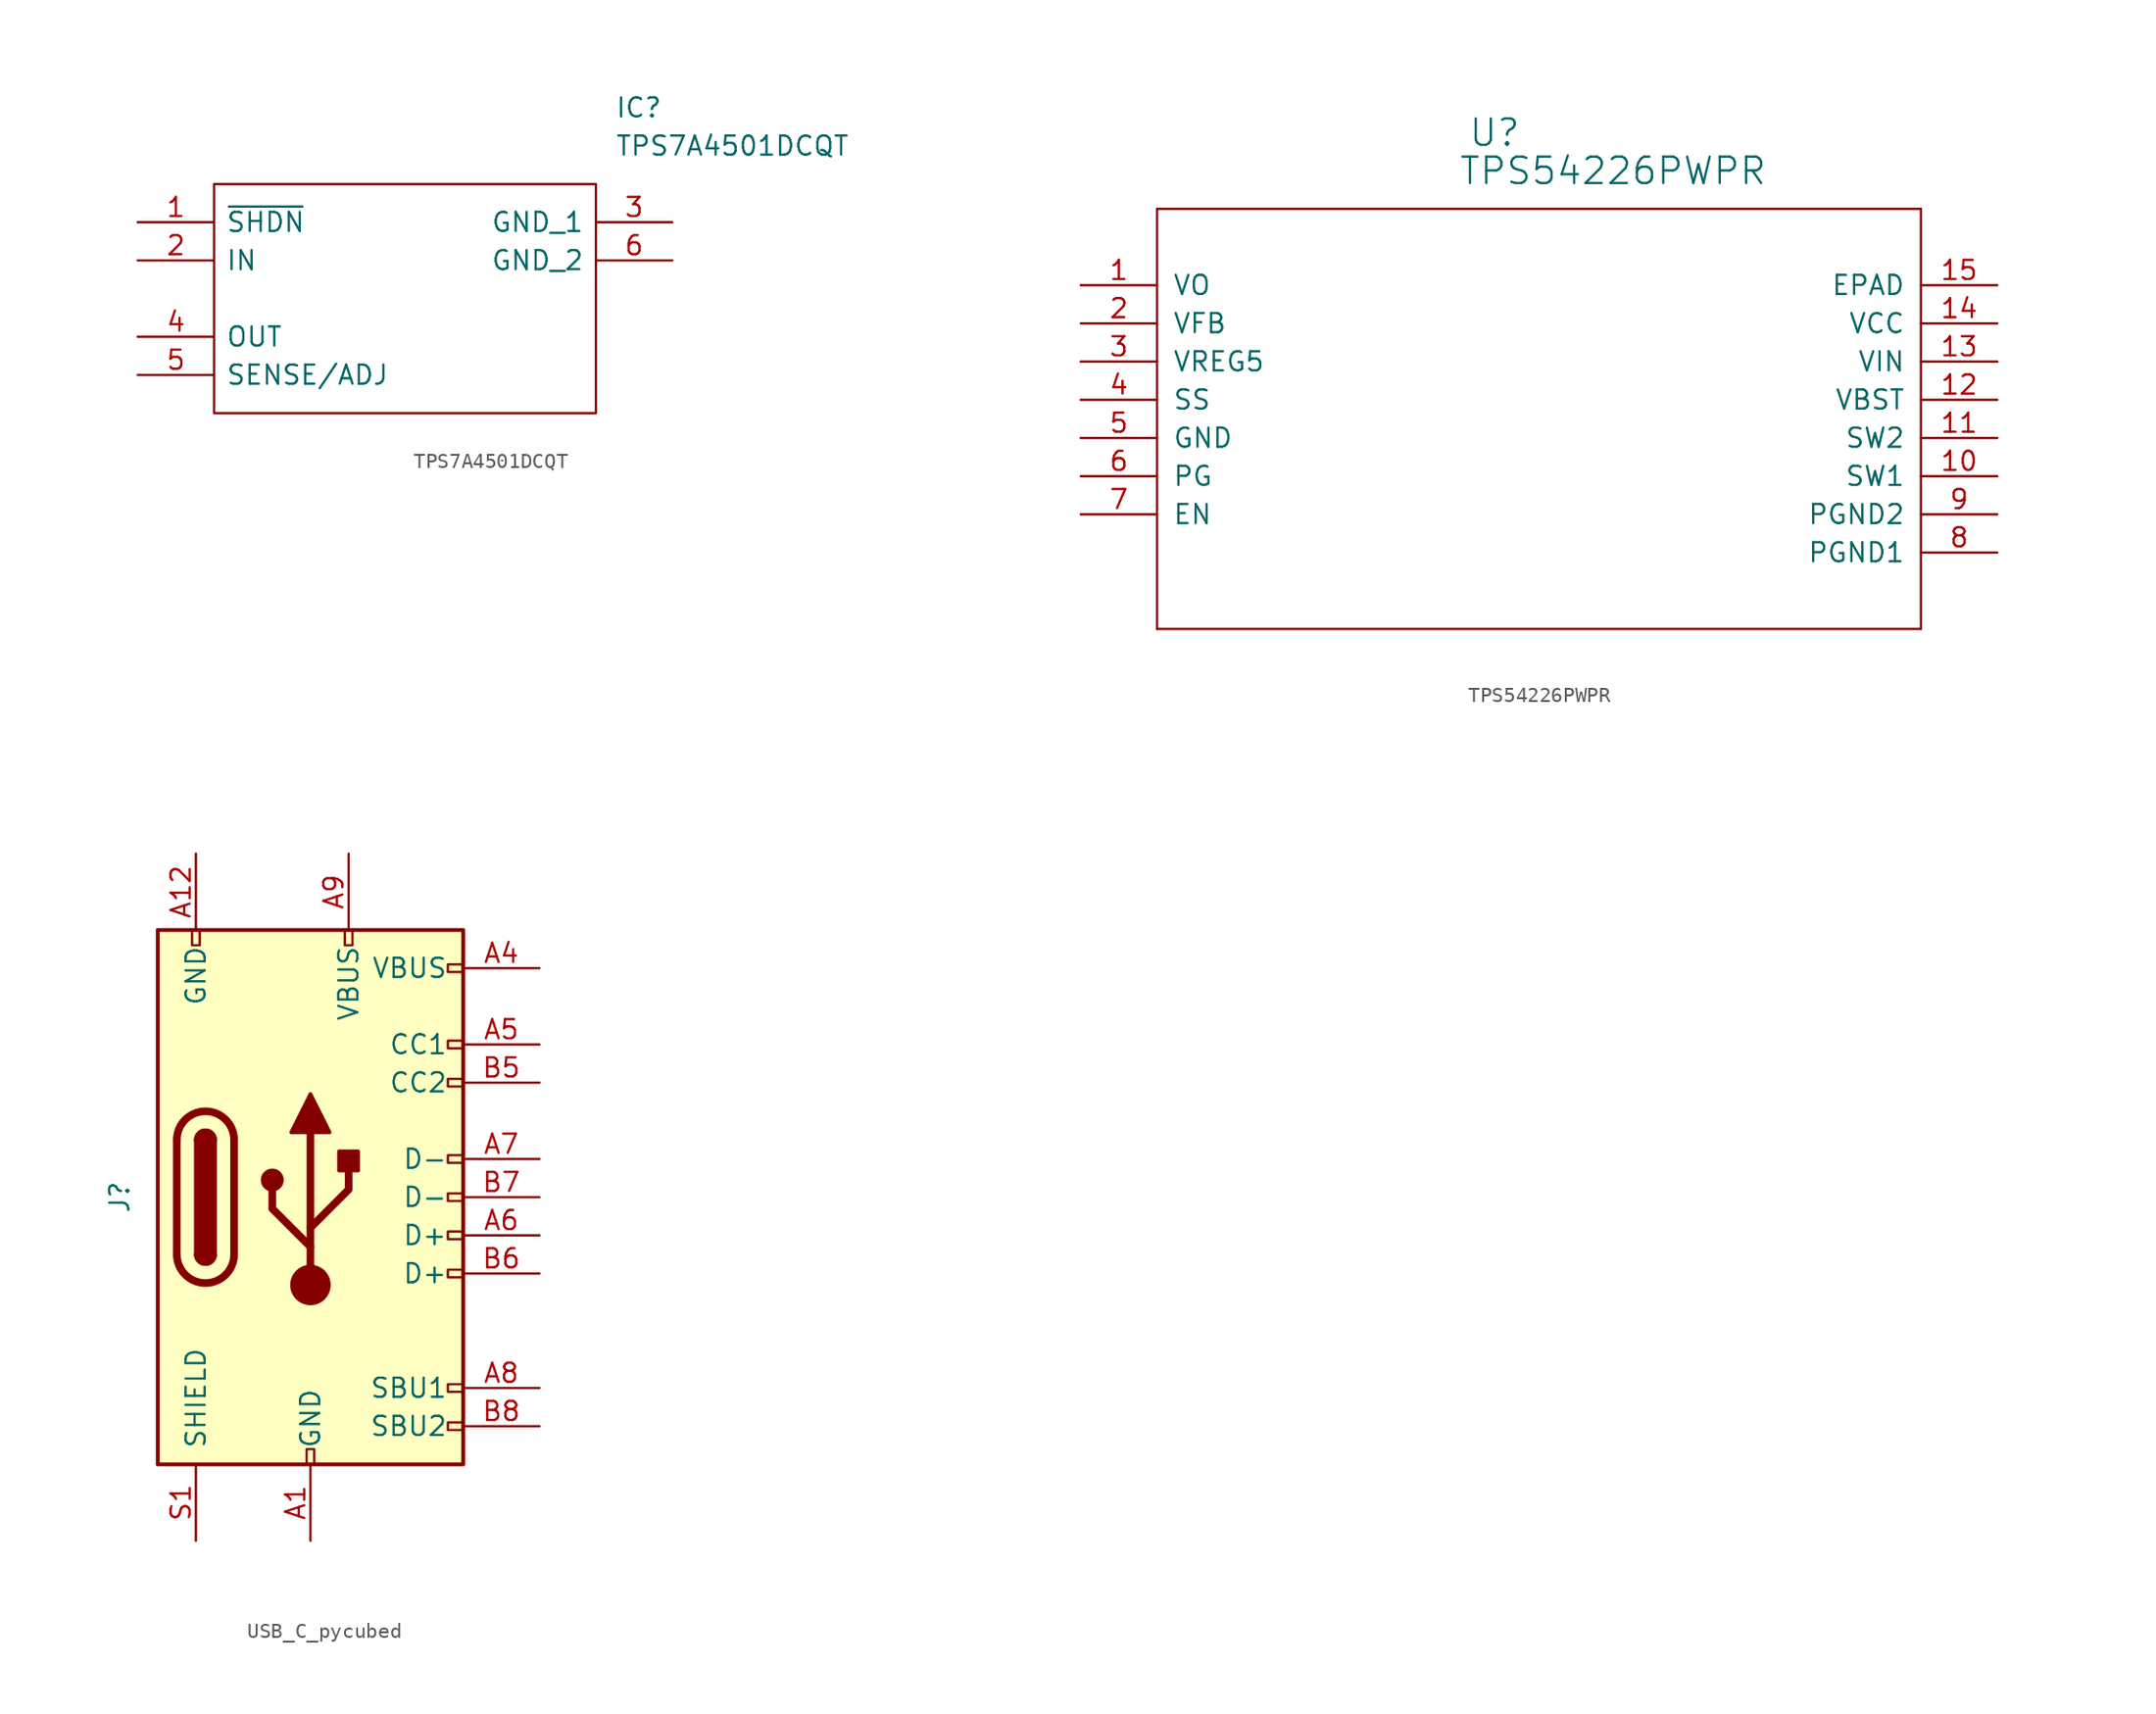
<source format=kicad_sym>
(kicad_symbol_lib
  (version 20220914)
  (generator kicad_symbol_editor)
  (symbol "TPS7A4501DCQT"
    (pin_names
      (offset 0.762))
    (property "Reference" "IC"
      (at 31.75 7.62 0)
      (effects (font (size 1.27 1.27)) (justify left)))
    (property "Value" "TPS7A4501DCQT"
      (at 31.75 5.08 0)
      (effects (font (size 1.27 1.27)) (justify left)))
    (symbol "TPS7A4501DCQT_0_0"
      (pin passive line (at 0 0 0) (length 5.08) (name "~{SHDN}" (effects (font (size 1.27 1.27)))) (number "1" (effects (font (size 1.27 1.27)))))
      (pin input line (at 0 -2.54 0) (length 5.08) (name "IN" (effects (font (size 1.27 1.27)))) (number "2" (effects (font (size 1.27 1.27)))))
      (pin power_in line (at 35.56 0 180) (length 5.08) (name "GND_1" (effects (font (size 1.27 1.27)))) (number "3" (effects (font (size 1.27 1.27)))))
      (pin output line (at 0 -7.62 0) (length 5.08) (name "OUT" (effects (font (size 1.27 1.27)))) (number "4" (effects (font (size 1.27 1.27)))))
      (pin passive line (at 0 -10.16 0) (length 5.08) (name "SENSE/ADJ" (effects (font (size 1.27 1.27)))) (number "5" (effects (font (size 1.27 1.27)))))
      (pin power_in line (at 35.56 -2.54 180) (length 5.08) (name "GND_2" (effects (font (size 1.27 1.27)))) (number "6" (effects (font (size 1.27 1.27))))))
    (symbol "TPS7A4501DCQT_0_1"
      (polyline (pts (xy 5.08 2.54) (xy 30.48 2.54) (xy 30.48 -12.7) (xy 5.08 -12.7) (xy 5.08 2.54)) (stroke (width 0.152) (type default)) (fill (type none)))))
  (symbol "TPS54226PWPR"
    (pin_names
      (offset 1.016))
    (property "Reference" "U"
      (at 28.296 9.119 0)
      (effects (font (size 1.753 1.753)) (justify left bottom)))
    (property "Value" "TPS54226PWPR"
      (at 27.661 6.579 0)
      (effects (font (size 1.753 1.753)) (justify left bottom)))
    (symbol "TPS54226PWPR_1_0"
      (polyline (pts (xy 7.62 -22.86) (xy 58.42 -22.86)) (stroke (width 0) (type default)) (fill (type none)))
      (polyline (pts (xy 7.62 5.08) (xy 7.62 -22.86)) (stroke (width 0) (type default)) (fill (type none)))
      (polyline (pts (xy 58.42 -22.86) (xy 58.42 5.08)) (stroke (width 0) (type default)) (fill (type none)))
      (polyline (pts (xy 58.42 5.08) (xy 7.62 5.08)) (stroke (width 0) (type default)) (fill (type none)))
      (pin power_out line (at 2.54 0 0) (length 5.08) (name "VO" (effects (font (size 1.27 1.27)))) (number "1" (effects (font (size 1.27 1.27)))))
      (pin passive line (at 63.5 -12.7 180) (length 5.08) (name "SW1" (effects (font (size 1.27 1.27)))) (number "10" (effects (font (size 1.27 1.27)))))
      (pin passive line (at 63.5 -10.16 180) (length 5.08) (name "SW2" (effects (font (size 1.27 1.27)))) (number "11" (effects (font (size 1.27 1.27)))))
      (pin input line (at 63.5 -7.62 180) (length 5.08) (name "VBST" (effects (font (size 1.27 1.27)))) (number "12" (effects (font (size 1.27 1.27)))))
      (pin input line (at 63.5 -5.08 180) (length 5.08) (name "VIN" (effects (font (size 1.27 1.27)))) (number "13" (effects (font (size 1.27 1.27)))))
      (pin input line (at 63.5 -2.54 180) (length 5.08) (name "VCC" (effects (font (size 1.27 1.27)))) (number "14" (effects (font (size 1.27 1.27)))))
      (pin passive line (at 63.5 0 180) (length 5.08) (name "EPAD" (effects (font (size 1.27 1.27)))) (number "15" (effects (font (size 1.27 1.27)))))
      (pin input line (at 2.54 -2.54 0) (length 5.08) (name "VFB" (effects (font (size 1.27 1.27)))) (number "2" (effects (font (size 1.27 1.27)))))
      (pin output line (at 2.54 -5.08 0) (length 5.08) (name "VREG5" (effects (font (size 1.27 1.27)))) (number "3" (effects (font (size 1.27 1.27)))))
      (pin passive line (at 2.54 -7.62 0) (length 5.08) (name "SS" (effects (font (size 1.27 1.27)))) (number "4" (effects (font (size 1.27 1.27)))))
      (pin power_in line (at 2.54 -10.16 0) (length 5.08) (name "GND" (effects (font (size 1.27 1.27)))) (number "5" (effects (font (size 1.27 1.27)))))
      (pin output line (at 2.54 -12.7 0) (length 5.08) (name "PG" (effects (font (size 1.27 1.27)))) (number "6" (effects (font (size 1.27 1.27)))))
      (pin input line (at 2.54 -15.24 0) (length 5.08) (name "EN" (effects (font (size 1.27 1.27)))) (number "7" (effects (font (size 1.27 1.27)))))
      (pin power_in line (at 63.5 -17.78 180) (length 5.08) (name "PGND1" (effects (font (size 1.27 1.27)))) (number "8" (effects (font (size 1.27 1.27)))))
      (pin power_in line (at 63.5 -15.24 180) (length 5.08) (name "PGND2" (effects (font (size 1.27 1.27)))) (number "9" (effects (font (size 1.27 1.27)))))))
  (symbol "USB_C_pycubed"
    (pin_names
      (offset 1.016))
    (property "Reference" "J"
      (at -12.7 0 90)
      (effects (font (size 1.27 1.27))))
    (symbol "USB_C_pycubed_1_1"
      (rectangle (start -10.16 17.78) (end 10.16 -17.78) (stroke (width 0.254) (type default)) (fill (type background)))
      (arc (start -8.89 -3.81) (mid -6.985 -5.7067) (end -5.08 -3.81) (stroke (width 0.508) (type default)) (fill (type none)))
      (rectangle (start -7.874 17.78) (end -7.366 16.764) (stroke (width 0) (type default)) (fill (type none)))
      (arc (start -7.62 -3.81) (mid -6.985 -4.4423) (end -6.35 -3.81) (stroke (width 0.254) (type default)) (fill (type none)))
      (arc (start -7.62 -3.81) (mid -6.985 -4.4423) (end -6.35 -3.81) (stroke (width 0.254) (type default)) (fill (type outline)))
      (rectangle (start -7.62 -3.81) (end -6.35 3.81) (stroke (width 0.254) (type default)) (fill (type outline)))
      (arc (start -6.35 3.81) (mid -6.985 4.4423) (end -7.62 3.81) (stroke (width 0.254) (type default)) (fill (type none)))
      (arc (start -6.35 3.81) (mid -6.985 4.4423) (end -7.62 3.81) (stroke (width 0.254) (type default)) (fill (type outline)))
      (arc (start -5.08 3.81) (mid -6.985 5.7067) (end -8.89 3.81) (stroke (width 0.508) (type default)) (fill (type none)))
      (circle (center -2.54 1.143) (radius 0.635) (stroke (width 0.254) (type default)) (fill (type outline)))
      (rectangle (start -0.254 -17.78) (end 0.254 -16.764) (stroke (width 0) (type default)) (fill (type none)))
      (circle (center 0 -5.842) (radius 1.27) (stroke (width 0) (type default)) (fill (type outline)))
      (polyline (pts (xy -8.89 -3.81) (xy -8.89 3.81)) (stroke (width 0.508) (type default)) (fill (type none)))
      (polyline (pts (xy -5.08 3.81) (xy -5.08 -3.81)) (stroke (width 0.508) (type default)) (fill (type none)))
      (polyline (pts (xy 0 -5.842) (xy 0 4.318)) (stroke (width 0.508) (type default)) (fill (type none)))
      (polyline (pts (xy 0 -3.302) (xy -2.54 -0.762) (xy -2.54 0.508)) (stroke (width 0.508) (type default)) (fill (type none)))
      (polyline (pts (xy 0 -2.032) (xy 2.54 0.508) (xy 2.54 1.778)) (stroke (width 0.508) (type default)) (fill (type none)))
      (polyline (pts (xy -1.27 4.318) (xy 0 6.858) (xy 1.27 4.318) (xy -1.27 4.318)) (stroke (width 0.254) (type default)) (fill (type outline)))
      (rectangle (start 1.905 1.778) (end 3.175 3.048) (stroke (width 0.254) (type default)) (fill (type outline)))
      (rectangle (start 2.286 17.78) (end 2.794 16.764) (stroke (width 0) (type default)) (fill (type none)))
      (rectangle (start 10.16 -14.986) (end 9.144 -15.494) (stroke (width 0) (type default)) (fill (type none)))
      (rectangle (start 10.16 -12.446) (end 9.144 -12.954) (stroke (width 0) (type default)) (fill (type none)))
      (rectangle (start 10.16 -4.826) (end 9.144 -5.334) (stroke (width 0) (type default)) (fill (type none)))
      (rectangle (start 10.16 -2.286) (end 9.144 -2.794) (stroke (width 0) (type default)) (fill (type none)))
      (rectangle (start 10.16 0.254) (end 9.144 -0.254) (stroke (width 0) (type default)) (fill (type none)))
      (rectangle (start 10.16 2.794) (end 9.144 2.286) (stroke (width 0) (type default)) (fill (type none)))
      (rectangle (start 10.16 7.874) (end 9.144 7.366) (stroke (width 0) (type default)) (fill (type none)))
      (rectangle (start 10.16 10.414) (end 9.144 9.906) (stroke (width 0) (type default)) (fill (type none)))
      (rectangle (start 10.16 15.494) (end 9.144 14.986) (stroke (width 0) (type default)) (fill (type none)))
      (pin passive line (at 0 -22.86 90) (length 5.08) (name "GND" (effects (font (size 1.27 1.27)))) (number "A1" (effects (font (size 1.27 1.27)))))
      (pin passive line (at -7.62 22.86 270) (length 5.08) (name "GND" (effects (font (size 1.27 1.27)))) (number "A12" (effects (font (size 1.27 1.27)))))
      (pin passive line (at 15.24 15.24 180) (length 5.08) (name "VBUS" (effects (font (size 1.27 1.27)))) (number "A4" (effects (font (size 1.27 1.27)))))
      (pin bidirectional line (at 15.24 10.16 180) (length 5.08) (name "CC1" (effects (font (size 1.27 1.27)))) (number "A5" (effects (font (size 1.27 1.27)))))
      (pin bidirectional line (at 15.24 -2.54 180) (length 5.08) (name "D+" (effects (font (size 1.27 1.27)))) (number "A6" (effects (font (size 1.27 1.27)))))
      (pin bidirectional line (at 15.24 2.54 180) (length 5.08) (name "D-" (effects (font (size 1.27 1.27)))) (number "A7" (effects (font (size 1.27 1.27)))))
      (pin bidirectional line (at 15.24 -12.7 180) (length 5.08) (name "SBU1" (effects (font (size 1.27 1.27)))) (number "A8" (effects (font (size 1.27 1.27)))))
      (pin passive line (at 2.54 22.86 270) (length 5.08) (name "VBUS" (effects (font (size 1.27 1.27)))) (number "A9" (effects (font (size 1.27 1.27)))))
      (pin bidirectional line (at 15.24 7.62 180) (length 5.08) (name "CC2" (effects (font (size 1.27 1.27)))) (number "B5" (effects (font (size 1.27 1.27)))))
      (pin bidirectional line (at 15.24 -5.08 180) (length 5.08) (name "D+" (effects (font (size 1.27 1.27)))) (number "B6" (effects (font (size 1.27 1.27)))))
      (pin bidirectional line (at 15.24 0 180) (length 5.08) (name "D-" (effects (font (size 1.27 1.27)))) (number "B7" (effects (font (size 1.27 1.27)))))
      (pin bidirectional line (at 15.24 -15.24 180) (length 5.08) (name "SBU2" (effects (font (size 1.27 1.27)))) (number "B8" (effects (font (size 1.27 1.27)))))
      (pin passive line (at -7.62 -22.86 90) (length 5.08) (name "SHIELD" (effects (font (size 1.27 1.27)))) (number "S1" (effects (font (size 1.27 1.27))))))))
</source>
